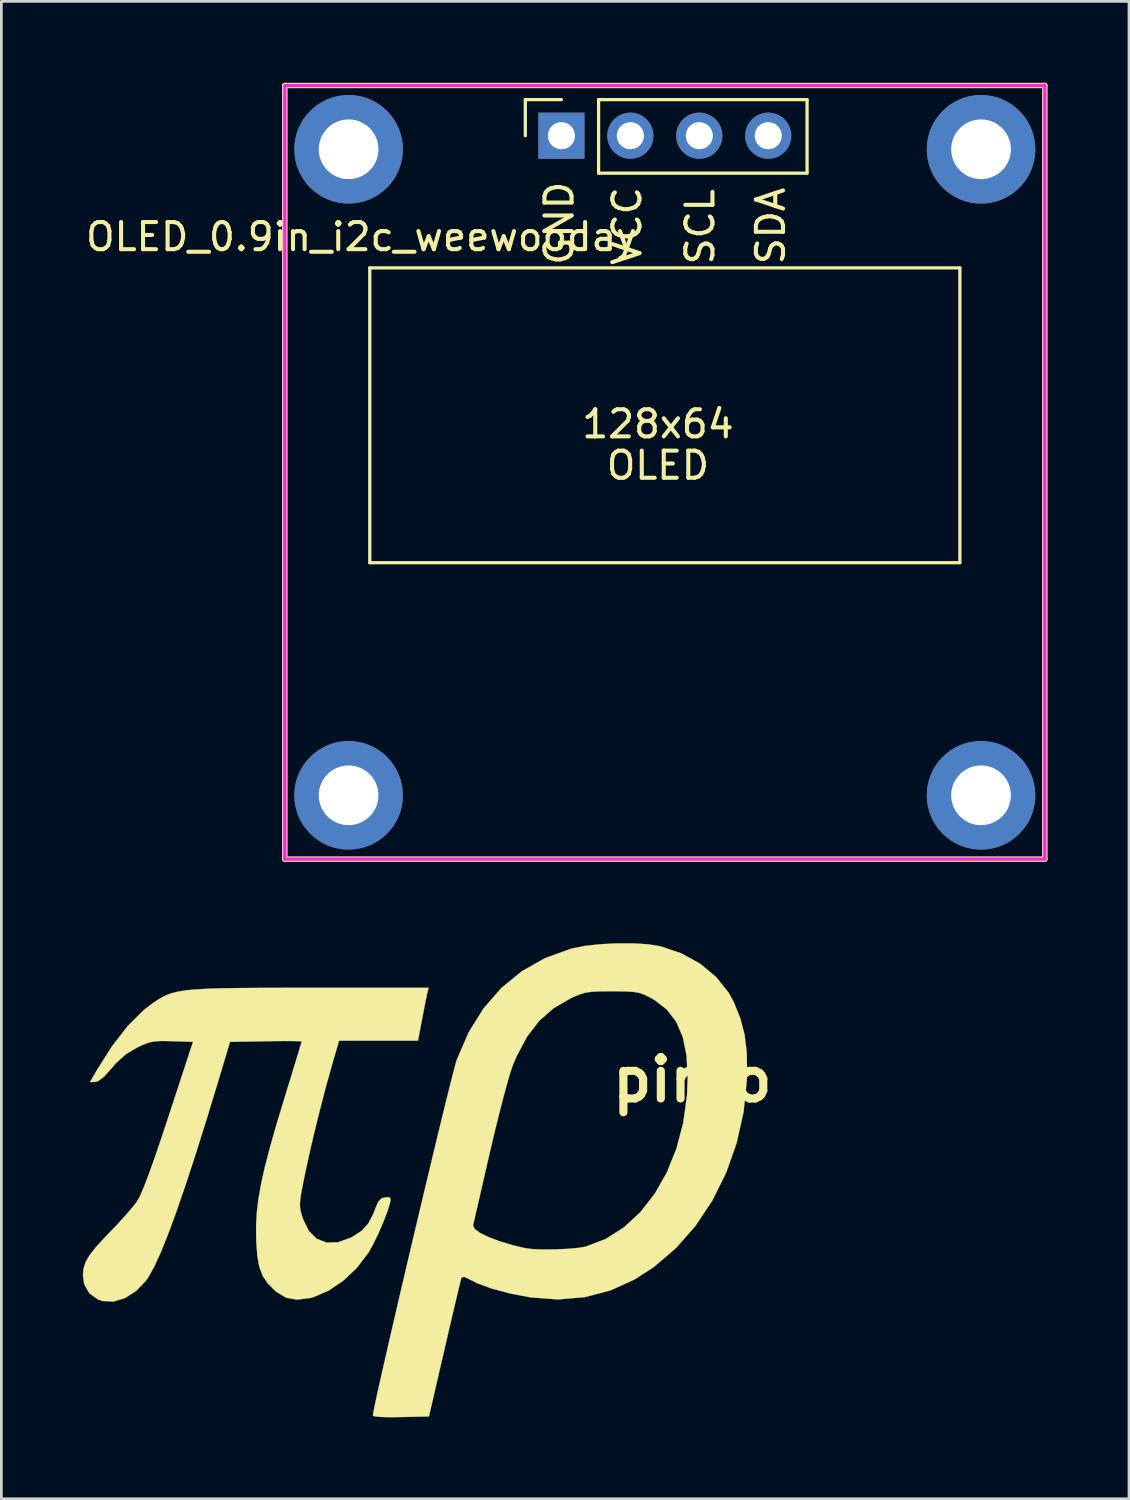
<source format=kicad_pcb>
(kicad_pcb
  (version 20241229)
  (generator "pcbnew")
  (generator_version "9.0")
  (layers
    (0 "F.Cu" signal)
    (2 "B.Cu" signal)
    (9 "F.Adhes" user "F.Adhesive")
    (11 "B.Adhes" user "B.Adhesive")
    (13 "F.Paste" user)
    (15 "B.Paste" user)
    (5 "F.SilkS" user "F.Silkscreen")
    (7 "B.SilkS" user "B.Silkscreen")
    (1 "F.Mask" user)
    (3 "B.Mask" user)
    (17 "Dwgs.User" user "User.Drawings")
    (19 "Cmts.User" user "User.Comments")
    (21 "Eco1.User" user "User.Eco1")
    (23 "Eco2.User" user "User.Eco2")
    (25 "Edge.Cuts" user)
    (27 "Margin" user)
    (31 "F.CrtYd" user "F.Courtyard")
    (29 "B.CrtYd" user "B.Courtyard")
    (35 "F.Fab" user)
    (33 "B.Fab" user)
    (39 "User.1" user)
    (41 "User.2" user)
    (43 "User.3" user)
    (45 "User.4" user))
  (footprint "OLED_0.9in_i2c_weewooday"
    (layer "F.Cu")
    (at 21.443 14.35)
    (property "Reference" "OLED_0.9in_i2c_weewooday" (at -11.175 -8.675 0) (layer "F.SilkS") (effects (font (size 1 1) (thickness 0.15))))
    (attr through_hole)
    (fp_line (start -14 -14.25) (end 14 -14.25) (stroke (width 0.2) (type solid)) (layer "F.SilkS"))
    (fp_line (start -14 14.25) (end -14 -14.25) (stroke (width 0.2) (type solid)) (layer "F.SilkS"))
    (fp_line (start -10.87 -7.53) (end 10.87 -7.53) (stroke (width 0.12) (type solid)) (layer "F.SilkS"))
    (fp_line (start -10.87 3.33) (end -10.87 -7.53) (stroke (width 0.12) (type solid)) (layer "F.SilkS"))
    (fp_line (start -10.87 3.33) (end 10.87 3.33) (stroke (width 0.12) (type solid)) (layer "F.SilkS"))
    (fp_line (start -5.14 -13.73) (end -5.14 -12.4) (stroke (width 0.12) (type solid)) (layer "F.SilkS"))
    (fp_line (start -5.14 -13.73) (end -3.81 -13.73) (stroke (width 0.12) (type solid)) (layer "F.SilkS"))
    (fp_line (start -2.44 -13.73) (end -2.44 -11.02) (stroke (width 0.12) (type solid)) (layer "F.SilkS"))
    (fp_line (start 5.24 -13.73) (end -2.44 -13.73) (stroke (width 0.12) (type solid)) (layer "F.SilkS"))
    (fp_line (start 5.24 -13.73) (end 5.24 -11.02) (stroke (width 0.12) (type solid)) (layer "F.SilkS"))
    (fp_line (start 5.24 -11.02) (end -2.44 -11.02) (stroke (width 0.12) (type solid)) (layer "F.SilkS"))
    (fp_line (start 10.87 -7.53) (end 10.87 3.33) (stroke (width 0.12) (type solid)) (layer "F.SilkS"))
    (fp_line (start 14 -14.25) (end 14 14.25) (stroke (width 0.2) (type solid)) (layer "F.SilkS"))
    (fp_line (start 14 14.25) (end -14 14.25) (stroke (width 0.2) (type solid)) (layer "F.SilkS"))
    (fp_line (start -14 -14.25) (end 14 -14.25) (stroke (width 0.12) (type solid)) (layer "F.CrtYd"))
    (fp_line (start -14 14.25) (end -14 -14.25) (stroke (width 0.12) (type solid)) (layer "F.CrtYd"))
    (fp_line (start 14 -14.25) (end 14 14.25) (stroke (width 0.12) (type solid)) (layer "F.CrtYd"))
    (fp_line (start 14 14.25) (end -14 14.25) (stroke (width 0.12) (type solid)) (layer "F.CrtYd"))
    (fp_text user "SDA" (at 3.9 -9.075 90) (layer "F.SilkS") (effects (font (size 1 1) (thickness 0.15))))
    (fp_text user "128x64" (at -0.254 -1.778 0) (layer "F.SilkS") (effects (font (size 1 1) (thickness 0.15))))
    (fp_text user "GND" (at -3.89 -9.175 90) (layer "F.SilkS") (effects (font (size 1 1) (thickness 0.15))))
    (fp_text user "VCC" (at -1.39 -9.075 90) (layer "F.SilkS") (effects (font (size 1 1) (thickness 0.15))))
    (fp_text user "SCL" (at 1.3 -9.045 90) (layer "F.SilkS") (effects (font (size 1 1) (thickness 0.15))))
    (fp_text user "OLED" (at -0.254 -0.254 0) (layer "F.SilkS") (effects (font (size 1 1) (thickness 0.15))))
    (pad "" thru_hole circle (at -11.65 -11.9) (size 4 4) (drill 2.2) (layers "*.Cu" "*.Mask") (remove_unused_layers yes) (keep_end_layers yes) (zone_layer_connections))
    (pad "" thru_hole circle (at -11.65 11.9) (size 4 4) (drill 2.2) (layers "*.Cu" "*.Mask") (remove_unused_layers yes) (keep_end_layers yes) (zone_layer_connections))
    (pad "" thru_hole circle (at 11.65 -11.9) (size 4 4) (drill 2.2) (layers "*.Cu" "*.Mask") (remove_unused_layers yes) (keep_end_layers yes) (zone_layer_connections))
    (pad "" thru_hole circle (at 11.65 11.9) (size 4 4) (drill 2.2) (layers "*.Cu" "*.Mask") (remove_unused_layers yes) (keep_end_layers yes) (zone_layer_connections))
    (pad "1" thru_hole rect (at -3.81 -12.4 270) (size 1.7 1.7) (drill 1) (layers "*.Cu" "*.Mask"))
    (pad "2" thru_hole circle (at -1.27 -12.4 270) (size 1.7 1.7) (drill 1) (layers "*.Cu" "*.Mask"))
    (pad "3" thru_hole circle (at 1.27 -12.4 270) (size 1.7 1.7) (drill 1) (layers "*.Cu" "*.Mask"))
    (pad "4" thru_hole circle (at 3.81 -12.4 270) (size 1.7 1.7) (drill 1) (layers "*.Cu" "*.Mask")))
  (footprint "pirho"
    (layer "F.Cu")
    (at 22.457 36.729)
    (property "Reference" "pirho" (at 0 0 0) (layer "F.SilkS") (effects (font (size 1.524 1.524) (thickness 0.3))))
    (attr board_only exclude_from_pos_files exclude_from_bom allow_missing_courtyard)
    (fp_poly (pts (xy -2.171 -5.023) (xy -1.623 -4.989) (xy -1.187 -4.919) (xy -1.185 -4.919) (xy -0.406 -4.656) (xy 0.287 -4.274) (xy 0.873 -3.787) (xy 1.334 -3.209) (xy 1.524 -2.865) (xy 1.767 -2.266) (xy 1.925 -1.656) (xy 2.005 -0.99) (xy 2.016 -0.223) (xy 2.009 -0.011) (xy 1.887 1.189) (xy 1.627 2.344) (xy 1.24 3.438) (xy 0.732 4.457) (xy 0.114 5.384) (xy -0.607 6.204) (xy -1.421 6.901) (xy -2.122 7.354) (xy -3.017 7.761) (xy -3.962 8.008) (xy -4.949 8.093) (xy -5.968 8.016) (xy -5.992 8.012) (xy -6.731 7.87) (xy -7.386 7.695) (xy -7.926 7.496) (xy -8.195 7.361) (xy -8.393 7.265) (xy -8.493 7.274) (xy -8.511 7.304) (xy -8.539 7.41) (xy -8.6 7.66) (xy -8.689 8.032) (xy -8.801 8.506) (xy -8.931 9.06) (xy -9.073 9.673) (xy -9.127 9.906) (xy -9.705 12.404) (xy -10.737 12.427) (xy -11.183 12.431) (xy -11.517 12.421) (xy -11.717 12.397) (xy -11.769 12.369) (xy -11.749 12.243) (xy -11.694 11.968) (xy -11.606 11.56) (xy -11.489 11.034) (xy -11.347 10.406) (xy -11.184 9.692) (xy -11.002 8.907) (xy -10.807 8.066) (xy -10.602 7.187) (xy -10.389 6.283) (xy -10.174 5.371) (xy -10.172 5.363) (xy -8.08 5.363) (xy -8.027 5.49) (xy -7.831 5.637) (xy -7.515 5.794) (xy -7.103 5.951) (xy -6.619 6.096) (xy -6.138 6.21) (xy -5.863 6.242) (xy -5.476 6.255) (xy -5.032 6.25) (xy -4.589 6.23) (xy -4.201 6.195) (xy -3.926 6.148) (xy -3.924 6.147) (xy -3.194 5.867) (xy -2.522 5.44) (xy -1.916 4.879) (xy -1.386 4.201) (xy -0.941 3.418) (xy -0.589 2.546) (xy -0.338 1.599) (xy -0.198 0.592) (xy -0.17 -0.097) (xy -0.215 -0.904) (xy -0.354 -1.579) (xy -0.594 -2.136) (xy -0.94 -2.586) (xy -1.4 -2.943) (xy -1.555 -3.03) (xy -1.759 -3.131) (xy -1.945 -3.197) (xy -2.157 -3.236) (xy -2.439 -3.254) (xy -2.834 -3.26) (xy -2.963 -3.26) (xy -3.395 -3.257) (xy -3.705 -3.242) (xy -3.942 -3.208) (xy -4.153 -3.145) (xy -4.386 -3.046) (xy -4.498 -2.994) (xy -5.118 -2.631) (xy -5.644 -2.168) (xy -6.091 -1.586) (xy -6.475 -0.866) (xy -6.609 -0.552) (xy -6.694 -0.304) (xy -6.808 0.083) (xy -6.944 0.581) (xy -7.095 1.162) (xy -7.254 1.8) (xy -7.413 2.467) (xy -7.456 2.651) (xy -7.603 3.291) (xy -7.739 3.882) (xy -7.858 4.403) (xy -7.957 4.833) (xy -8.03 5.15) (xy -8.072 5.332) (xy -8.08 5.363) (xy -10.172 5.363) (xy -9.959 4.466) (xy -9.749 3.585) (xy -9.547 2.742) (xy -9.357 1.953) (xy -9.182 1.234) (xy -9.026 0.601) (xy -8.893 0.068) (xy -8.786 -0.347) (xy -8.71 -0.63) (xy -8.673 -0.749) (xy -8.238 -1.751) (xy -7.692 -2.628) (xy -7.039 -3.378) (xy -6.284 -3.996) (xy -5.429 -4.479) (xy -4.479 -4.823) (xy -4.427 -4.837) (xy -3.959 -4.93) (xy -3.392 -4.992) (xy -2.778 -5.024) (xy -2.171 -5.023)) (stroke (width 0.01) (type solid)) (fill yes) (layer "F.SilkS"))
    (fp_poly (pts (xy -9.765 -3.196) (xy -9.801 -3.03) (xy -9.858 -2.747) (xy -9.926 -2.396) (xy -9.96 -2.223) (xy -10.108 -1.439) (xy -13.017 -1.439) (xy -13.28 -0.529) (xy -13.497 0.248) (xy -13.721 1.106) (xy -13.938 1.986) (xy -14.134 2.831) (xy -14.295 3.582) (xy -14.318 3.699) (xy -14.398 4.108) (xy -14.445 4.394) (xy -14.46 4.602) (xy -14.445 4.774) (xy -14.399 4.956) (xy -14.343 5.133) (xy -14.133 5.568) (xy -13.84 5.858) (xy -13.476 6) (xy -13.053 5.988) (xy -12.582 5.819) (xy -12.522 5.787) (xy -12.182 5.563) (xy -11.938 5.296) (xy -11.75 4.933) (xy -11.677 4.741) (xy -11.573 4.497) (xy -11.458 4.375) (xy -11.314 4.333) (xy -11.156 4.33) (xy -11.116 4.406) (xy -11.141 4.545) (xy -11.235 4.85) (xy -11.386 5.243) (xy -11.568 5.665) (xy -11.756 6.056) (xy -11.925 6.357) (xy -11.926 6.359) (xy -12.355 6.924) (xy -12.861 7.404) (xy -13.411 7.775) (xy -13.971 8.012) (xy -14.097 8.044) (xy -14.57 8.101) (xy -14.962 8.03) (xy -15.313 7.823) (xy -15.374 7.772) (xy -15.64 7.506) (xy -15.828 7.225) (xy -15.954 6.893) (xy -16.028 6.472) (xy -16.067 5.924) (xy -16.069 5.842) (xy -16.072 5.369) (xy -16.045 4.889) (xy -15.984 4.381) (xy -15.885 3.823) (xy -15.744 3.193) (xy -15.555 2.47) (xy -15.316 1.631) (xy -15.03 0.688) (xy -14.857 0.127) (xy -14.703 -0.379) (xy -14.572 -0.807) (xy -14.473 -1.136) (xy -14.411 -1.344) (xy -14.393 -1.41) (xy -14.473 -1.42) (xy -14.694 -1.426) (xy -15.026 -1.427) (xy -15.442 -1.424) (xy -15.713 -1.42) (xy -17.033 -1.397) (xy -17.452 0) (xy -17.896 1.459) (xy -18.304 2.756) (xy -18.676 3.893) (xy -19.014 4.873) (xy -19.318 5.698) (xy -19.589 6.371) (xy -19.83 6.895) (xy -20.039 7.272) (xy -20.129 7.401) (xy -20.496 7.785) (xy -20.904 8.045) (xy -21.325 8.171) (xy -21.731 8.152) (xy -21.901 8.093) (xy -22.218 7.865) (xy -22.405 7.537) (xy -22.452 7.203) (xy -22.428 6.953) (xy -22.352 6.716) (xy -22.206 6.463) (xy -21.974 6.167) (xy -21.638 5.801) (xy -21.451 5.607) (xy -21.137 5.279) (xy -20.842 4.952) (xy -20.6 4.668) (xy -20.463 4.489) (xy -20.355 4.296) (xy -20.216 3.977) (xy -20.041 3.526) (xy -19.829 2.934) (xy -19.576 2.194) (xy -19.298 1.356) (xy -18.396 -1.397) (xy -19.163 -1.422) (xy -19.544 -1.429) (xy -19.816 -1.414) (xy -20.037 -1.367) (xy -20.268 -1.277) (xy -20.46 -1.185) (xy -20.882 -0.932) (xy -21.242 -0.604) (xy -21.396 -0.425) (xy -21.676 -0.113) (xy -21.892 0.051) (xy -21.996 0.08) (xy -22.19 0.085) (xy -21.959 -0.318) (xy -21.383 -1.23) (xy -20.802 -1.979) (xy -20.217 -2.562) (xy -19.879 -2.821) (xy -19.701 -2.939) (xy -19.533 -3.04) (xy -19.358 -3.125) (xy -19.163 -3.194) (xy -18.932 -3.25) (xy -18.651 -3.294) (xy -18.303 -3.327) (xy -17.876 -3.352) (xy -17.353 -3.368) (xy -16.719 -3.378) (xy -15.961 -3.384) (xy -15.062 -3.386) (xy -14.07 -3.387) (xy -9.718 -3.387) (xy -9.765 -3.196)) (stroke (width 0.01) (type solid)) (fill yes) (layer "F.SilkS")))
  (gr_rect
    (start -3 -3)
    (end 38.543 52.165)
    (stroke (width 0.1) (type default))
    (fill no)
    (layer "Edge.Cuts")))
</source>
